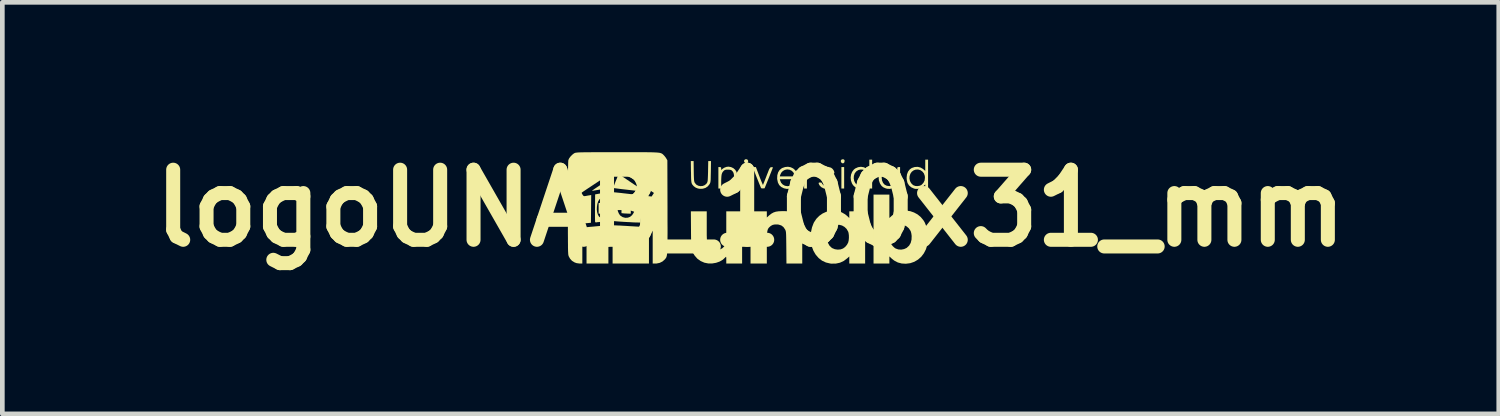
<source format=kicad_pcb>
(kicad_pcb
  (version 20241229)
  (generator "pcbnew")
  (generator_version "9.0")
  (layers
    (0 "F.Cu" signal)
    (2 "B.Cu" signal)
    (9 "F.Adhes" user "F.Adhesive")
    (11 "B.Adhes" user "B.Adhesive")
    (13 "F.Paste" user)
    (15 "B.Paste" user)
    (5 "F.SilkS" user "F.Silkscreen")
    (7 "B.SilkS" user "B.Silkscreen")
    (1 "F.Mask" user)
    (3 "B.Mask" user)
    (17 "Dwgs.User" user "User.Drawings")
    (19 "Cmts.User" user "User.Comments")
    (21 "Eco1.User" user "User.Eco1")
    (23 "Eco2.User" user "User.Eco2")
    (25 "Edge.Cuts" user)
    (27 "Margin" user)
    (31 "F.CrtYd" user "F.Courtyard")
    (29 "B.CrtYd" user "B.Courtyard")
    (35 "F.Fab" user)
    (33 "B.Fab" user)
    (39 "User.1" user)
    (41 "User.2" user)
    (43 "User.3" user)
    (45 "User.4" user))
  (footprint "logoUNAB_100x31_mm"
    (layer "F.Cu")
    (at 13.014 1.404)
    (property "Reference" "logoUNAB_100x31_mm" (at 0 0 0) (layer "F.SilkS") (effects (font (size 1.5 1.5) (thickness 0.3))))
    (attr board_only exclude_from_pos_files exclude_from_bom)
    (fp_poly (pts (xy -0.06 -0.648) (xy -0.06 -0.419) (xy -0.095 -0.419) (xy -0.13 -0.419) (xy -0.13 -0.648) (xy -0.13 -0.878) (xy -0.095 -0.878) (xy -0.06 -0.878)) (stroke (width 0) (type solid)) (fill yes) (layer "F.SilkS"))
    (fp_poly (pts (xy 2.004 -0.648) (xy 2.004 -0.419) (xy 1.975 -0.419) (xy 1.945 -0.419) (xy 1.945 -0.648) (xy 1.945 -0.878) (xy 1.975 -0.878) (xy 2.004 -0.878)) (stroke (width 0) (type solid)) (fill yes) (layer "F.SilkS"))
    (fp_poly (pts (xy -0.067 -1.039) (xy -0.052 -1.016) (xy -0.05 -1.002) (xy -0.058 -0.975) (xy -0.077 -0.96) (xy -0.102 -0.96) (xy -0.124 -0.973) (xy -0.138 -0.998) (xy -0.136 -1.023) (xy -0.119 -1.041) (xy -0.095 -1.047)) (stroke (width 0) (type solid)) (fill yes) (layer "F.SilkS"))
    (fp_poly (pts (xy 1.995 -1.042) (xy 2.011 -1.028) (xy 2.014 -1.009) (xy 2.008 -0.979) (xy 1.991 -0.961) (xy 1.969 -0.958) (xy 1.947 -0.971) (xy 1.941 -0.978) (xy 1.931 -1.005) (xy 1.938 -1.028) (xy 1.957 -1.043) (xy 1.985 -1.044)) (stroke (width 0) (type solid)) (fill yes) (layer "F.SilkS"))
    (fp_poly (pts (xy -3.142 -0.115) (xy -3.135 -0.1) (xy -3.132 -0.073) (xy -3.131 -0.03) (xy -3.131 0) (xy -3.131 0.12) (xy -3.191 0.12) (xy -3.251 0.12) (xy -3.251 0.006) (xy -3.251 -0.107) (xy -3.214 -0.113) (xy -3.18 -0.119) (xy -3.157 -0.121)) (stroke (width 0) (type solid)) (fill yes) (layer "F.SilkS"))
    (fp_poly (pts (xy -2.7 -0.13) (xy -2.659 -0.128) (xy -2.621 -0.126) (xy -2.6 -0.123) (xy -2.563 -0.117) (xy -2.563 0.001) (xy -2.563 0.12) (xy -2.625 0.118) (xy -2.666 0.116) (xy -2.705 0.114) (xy -2.725 0.112) (xy -2.762 0.108) (xy -2.762 -0.011) (xy -2.762 -0.13)) (stroke (width 0) (type solid)) (fill yes) (layer "F.SilkS"))
    (fp_poly (pts (xy -2.904 0.369) (xy -2.883 0.37) (xy -2.844 0.372) (xy -2.791 0.374) (xy -2.727 0.378) (xy -2.654 0.382) (xy -2.576 0.387) (xy -2.538 0.389) (xy -2.459 0.394) (xy -2.386 0.398) (xy -2.321 0.402) (xy -2.267 0.405) (xy -2.227 0.407) (xy -2.202 0.409) (xy -2.196 0.409) (xy -2.174 0.409) (xy -2.174 0.798) (xy -2.174 1.187) (xy -2.563 1.187) (xy -2.952 1.187) (xy -2.952 0.778) (xy -2.952 0.369)) (stroke (width 0) (type solid)) (fill yes) (layer "F.SilkS"))
    (fp_poly (pts (xy -3.042 0.778) (xy -3.042 1.187) (xy -3.276 1.187) (xy -3.51 1.187) (xy -3.51 0.798) (xy -3.51 0.712) (xy -3.51 0.633) (xy -3.51 0.562) (xy -3.509 0.502) (xy -3.509 0.455) (xy -3.509 0.424) (xy -3.508 0.409) (xy -3.508 0.409) (xy -3.498 0.408) (xy -3.47 0.405) (xy -3.429 0.401) (xy -3.377 0.397) (xy -3.317 0.391) (xy -3.296 0.389) (xy -3.232 0.383) (xy -3.174 0.378) (xy -3.125 0.374) (xy -3.088 0.371) (xy -3.067 0.369) (xy -3.064 0.369) (xy -3.042 0.369)) (stroke (width 0) (type solid)) (fill yes) (layer "F.SilkS"))
    (fp_poly (pts (xy 1.359 -0.884) (xy 1.365 -0.871) (xy 1.366 -0.854) (xy 1.365 -0.833) (xy 1.358 -0.823) (xy 1.339 -0.817) (xy 1.321 -0.815) (xy 1.284 -0.808) (xy 1.256 -0.794) (xy 1.235 -0.771) (xy 1.221 -0.737) (xy 1.212 -0.689) (xy 1.208 -0.625) (xy 1.207 -0.564) (xy 1.207 -0.419) (xy 1.177 -0.419) (xy 1.147 -0.419) (xy 1.147 -0.648) (xy 1.147 -0.878) (xy 1.177 -0.878) (xy 1.196 -0.876) (xy 1.205 -0.867) (xy 1.207 -0.844) (xy 1.207 -0.84) (xy 1.207 -0.803) (xy 1.223 -0.827) (xy 1.245 -0.847) (xy 1.279 -0.867) (xy 1.315 -0.882) (xy 1.344 -0.887)) (stroke (width 0) (type solid)) (fill yes) (layer "F.SilkS"))
    (fp_poly (pts (xy -2.561 -0.553) (xy -2.477 -0.496) (xy -2.408 -0.45) (xy -2.355 -0.413) (xy -2.316 -0.386) (xy -2.289 -0.366) (xy -2.275 -0.355) (xy -2.272 -0.35) (xy -2.274 -0.35) (xy -2.285 -0.352) (xy -2.313 -0.355) (xy -2.356 -0.36) (xy -2.412 -0.366) (xy -2.479 -0.374) (xy -2.553 -0.383) (xy -2.606 -0.389) (xy -2.684 -0.398) (xy -2.756 -0.406) (xy -2.819 -0.414) (xy -2.871 -0.421) (xy -2.91 -0.426) (xy -2.932 -0.429) (xy -2.937 -0.431) (xy -2.935 -0.441) (xy -2.926 -0.468) (xy -2.912 -0.508) (xy -2.892 -0.56) (xy -2.867 -0.621) (xy -2.84 -0.688) (xy -2.836 -0.696) (xy -2.823 -0.73)) (stroke (width 0) (type solid)) (fill yes) (layer "F.SilkS"))
    (fp_poly (pts (xy -2.948 -0.656) (xy -2.956 -0.632) (xy -2.968 -0.598) (xy -2.983 -0.559) (xy -2.998 -0.519) (xy -3.013 -0.482) (xy -3.025 -0.453) (xy -3.033 -0.435) (xy -3.034 -0.433) (xy -3.044 -0.43) (xy -3.07 -0.425) (xy -3.108 -0.418) (xy -3.154 -0.409) (xy -3.205 -0.4) (xy -3.256 -0.391) (xy -3.304 -0.383) (xy -3.345 -0.376) (xy -3.374 -0.371) (xy -3.39 -0.369) (xy -3.39 -0.369) (xy -3.389 -0.374) (xy -3.385 -0.378) (xy -3.372 -0.387) (xy -3.346 -0.406) (xy -3.31 -0.43) (xy -3.265 -0.46) (xy -3.216 -0.493) (xy -3.164 -0.527) (xy -3.112 -0.561) (xy -3.062 -0.593) (xy -3.019 -0.622) (xy -2.983 -0.644) (xy -2.958 -0.659) (xy -2.947 -0.666) (xy -2.946 -0.666)) (stroke (width 0) (type solid)) (fill yes) (layer "F.SilkS"))
    (fp_poly (pts (xy -0.418 -0.878) (xy -0.368 -0.855) (xy -0.328 -0.82) (xy -0.301 -0.777) (xy -0.3 -0.775) (xy -0.296 -0.755) (xy -0.293 -0.719) (xy -0.291 -0.671) (xy -0.289 -0.615) (xy -0.289 -0.583) (xy -0.289 -0.419) (xy -0.319 -0.419) (xy -0.349 -0.419) (xy -0.349 -0.569) (xy -0.35 -0.638) (xy -0.353 -0.691) (xy -0.358 -0.73) (xy -0.367 -0.76) (xy -0.38 -0.782) (xy -0.397 -0.801) (xy -0.399 -0.803) (xy -0.417 -0.815) (xy -0.443 -0.821) (xy -0.483 -0.823) (xy -0.485 -0.823) (xy -0.521 -0.822) (xy -0.544 -0.817) (xy -0.563 -0.807) (xy -0.579 -0.792) (xy -0.597 -0.771) (xy -0.61 -0.746) (xy -0.619 -0.715) (xy -0.624 -0.674) (xy -0.627 -0.619) (xy -0.628 -0.551) (xy -0.628 -0.419) (xy -0.658 -0.419) (xy -0.688 -0.419) (xy -0.688 -0.648) (xy -0.688 -0.878) (xy -0.658 -0.878) (xy -0.637 -0.875) (xy -0.629 -0.864) (xy -0.628 -0.846) (xy -0.628 -0.814) (xy -0.606 -0.835) (xy -0.565 -0.863) (xy -0.515 -0.882) (xy -0.472 -0.887)) (stroke (width 0) (type solid)) (fill yes) (layer "F.SilkS"))
    (fp_poly (pts (xy 0.115 -0.878) (xy 0.189 -0.682) (xy 0.211 -0.625) (xy 0.231 -0.575) (xy 0.248 -0.535) (xy 0.26 -0.507) (xy 0.266 -0.495) (xy 0.267 -0.495) (xy 0.271 -0.507) (xy 0.282 -0.534) (xy 0.298 -0.574) (xy 0.317 -0.623) (xy 0.339 -0.679) (xy 0.342 -0.688) (xy 0.367 -0.751) (xy 0.385 -0.798) (xy 0.399 -0.831) (xy 0.411 -0.852) (xy 0.42 -0.865) (xy 0.429 -0.872) (xy 0.438 -0.875) (xy 0.446 -0.876) (xy 0.468 -0.876) (xy 0.479 -0.871) (xy 0.479 -0.871) (xy 0.475 -0.859) (xy 0.465 -0.832) (xy 0.449 -0.792) (xy 0.429 -0.742) (xy 0.406 -0.683) (xy 0.39 -0.643) (xy 0.301 -0.424) (xy 0.265 -0.421) (xy 0.239 -0.421) (xy 0.226 -0.43) (xy 0.22 -0.441) (xy 0.214 -0.457) (xy 0.201 -0.488) (xy 0.183 -0.531) (xy 0.162 -0.584) (xy 0.138 -0.643) (xy 0.13 -0.663) (xy 0.107 -0.722) (xy 0.086 -0.775) (xy 0.069 -0.818) (xy 0.056 -0.85) (xy 0.05 -0.868) (xy 0.05 -0.87) (xy 0.059 -0.875) (xy 0.08 -0.878) (xy 0.082 -0.878)) (stroke (width 0) (type solid)) (fill yes) (layer "F.SilkS"))
    (fp_poly (pts (xy -1.215 -0.79) (xy -1.214 -0.718) (xy -1.212 -0.663) (xy -1.21 -0.622) (xy -1.208 -0.592) (xy -1.204 -0.571) (xy -1.199 -0.555) (xy -1.193 -0.541) (xy -1.191 -0.539) (xy -1.16 -0.502) (xy -1.118 -0.479) (xy -1.071 -0.47) (xy -1.023 -0.474) (xy -0.979 -0.492) (xy -0.943 -0.523) (xy -0.933 -0.538) (xy -0.926 -0.551) (xy -0.921 -0.567) (xy -0.917 -0.588) (xy -0.915 -0.616) (xy -0.913 -0.656) (xy -0.911 -0.71) (xy -0.909 -0.78) (xy -0.909 -0.79) (xy -0.905 -1.007) (xy -0.876 -1.007) (xy -0.846 -1.007) (xy -0.849 -0.78) (xy -0.851 -0.707) (xy -0.852 -0.651) (xy -0.853 -0.608) (xy -0.856 -0.578) (xy -0.859 -0.555) (xy -0.864 -0.539) (xy -0.87 -0.525) (xy -0.876 -0.513) (xy -0.914 -0.466) (xy -0.964 -0.432) (xy -1.024 -0.414) (xy -1.089 -0.413) (xy -1.125 -0.419) (xy -1.172 -0.437) (xy -1.215 -0.468) (xy -1.247 -0.505) (xy -1.252 -0.515) (xy -1.259 -0.53) (xy -1.264 -0.547) (xy -1.267 -0.57) (xy -1.27 -0.601) (xy -1.272 -0.643) (xy -1.273 -0.7) (xy -1.274 -0.773) (xy -1.275 -0.78) (xy -1.278 -1.007) (xy -1.248 -1.007) (xy -1.218 -1.007)) (stroke (width 0) (type solid)) (fill yes) (layer "F.SilkS"))
    (fp_poly (pts (xy 3.8 -0.728) (xy 3.8 -0.419) (xy 3.77 -0.419) (xy 3.751 -0.42) (xy 3.742 -0.428) (xy 3.74 -0.448) (xy 3.74 -0.462) (xy 3.74 -0.506) (xy 3.7 -0.468) (xy 3.648 -0.431) (xy 3.59 -0.412) (xy 3.529 -0.412) (xy 3.5 -0.418) (xy 3.438 -0.446) (xy 3.392 -0.486) (xy 3.36 -0.538) (xy 3.344 -0.604) (xy 3.342 -0.632) (xy 3.402 -0.632) (xy 3.413 -0.58) (xy 3.437 -0.534) (xy 3.474 -0.497) (xy 3.49 -0.487) (xy 3.53 -0.473) (xy 3.577 -0.471) (xy 3.623 -0.479) (xy 3.657 -0.495) (xy 3.7 -0.539) (xy 3.726 -0.591) (xy 3.733 -0.652) (xy 3.73 -0.689) (xy 3.711 -0.742) (xy 3.678 -0.783) (xy 3.636 -0.812) (xy 3.586 -0.826) (xy 3.533 -0.823) (xy 3.492 -0.808) (xy 3.45 -0.777) (xy 3.421 -0.734) (xy 3.405 -0.684) (xy 3.402 -0.632) (xy 3.342 -0.632) (xy 3.341 -0.652) (xy 3.349 -0.722) (xy 3.372 -0.782) (xy 3.409 -0.829) (xy 3.45 -0.858) (xy 3.514 -0.879) (xy 3.578 -0.883) (xy 3.639 -0.868) (xy 3.695 -0.835) (xy 3.699 -0.831) (xy 3.74 -0.796) (xy 3.74 -0.917) (xy 3.74 -1.037) (xy 3.77 -1.037) (xy 3.8 -1.037)) (stroke (width 0) (type solid)) (fill yes) (layer "F.SilkS"))
    (fp_poly (pts (xy 2.603 -0.728) (xy 2.603 -0.419) (xy 2.573 -0.419) (xy 2.554 -0.42) (xy 2.545 -0.429) (xy 2.543 -0.45) (xy 2.543 -0.46) (xy 2.543 -0.5) (xy 2.501 -0.464) (xy 2.445 -0.428) (xy 2.386 -0.411) (xy 2.325 -0.414) (xy 2.293 -0.423) (xy 2.236 -0.451) (xy 2.194 -0.491) (xy 2.17 -0.531) (xy 2.149 -0.592) (xy 2.145 -0.634) (xy 2.209 -0.634) (xy 2.22 -0.58) (xy 2.244 -0.533) (xy 2.28 -0.497) (xy 2.29 -0.491) (xy 2.339 -0.472) (xy 2.391 -0.47) (xy 2.439 -0.483) (xy 2.454 -0.491) (xy 2.498 -0.532) (xy 2.527 -0.581) (xy 2.539 -0.636) (xy 2.535 -0.691) (xy 2.513 -0.744) (xy 2.496 -0.769) (xy 2.455 -0.804) (xy 2.407 -0.823) (xy 2.357 -0.826) (xy 2.309 -0.815) (xy 2.266 -0.788) (xy 2.233 -0.748) (xy 2.23 -0.743) (xy 2.212 -0.69) (xy 2.209 -0.634) (xy 2.145 -0.634) (xy 2.143 -0.656) (xy 2.152 -0.719) (xy 2.175 -0.776) (xy 2.21 -0.823) (xy 2.241 -0.848) (xy 2.301 -0.875) (xy 2.363 -0.884) (xy 2.425 -0.874) (xy 2.482 -0.846) (xy 2.503 -0.831) (xy 2.543 -0.796) (xy 2.543 -0.917) (xy 2.543 -1.037) (xy 2.573 -1.037) (xy 2.603 -1.037)) (stroke (width 0) (type solid)) (fill yes) (layer "F.SilkS"))
    (fp_poly (pts (xy 0.861 -0.874) (xy 0.913 -0.849) (xy 0.956 -0.811) (xy 0.988 -0.762) (xy 1.005 -0.703) (xy 1.007 -0.671) (xy 1.007 -0.618) (xy 0.818 -0.618) (xy 0.628 -0.618) (xy 0.634 -0.591) (xy 0.655 -0.542) (xy 0.69 -0.504) (xy 0.736 -0.478) (xy 0.79 -0.469) (xy 0.792 -0.469) (xy 0.847 -0.477) (xy 0.89 -0.499) (xy 0.921 -0.536) (xy 0.922 -0.538) (xy 0.939 -0.56) (xy 0.96 -0.568) (xy 0.968 -0.568) (xy 0.988 -0.566) (xy 0.996 -0.556) (xy 0.99 -0.536) (xy 0.977 -0.51) (xy 0.941 -0.466) (xy 0.893 -0.433) (xy 0.836 -0.415) (xy 0.776 -0.411) (xy 0.716 -0.423) (xy 0.657 -0.452) (xy 0.614 -0.493) (xy 0.586 -0.547) (xy 0.572 -0.614) (xy 0.57 -0.63) (xy 0.572 -0.678) (xy 0.628 -0.678) (xy 0.788 -0.678) (xy 0.948 -0.678) (xy 0.941 -0.706) (xy 0.92 -0.759) (xy 0.885 -0.797) (xy 0.837 -0.821) (xy 0.785 -0.828) (xy 0.735 -0.818) (xy 0.691 -0.793) (xy 0.656 -0.755) (xy 0.635 -0.708) (xy 0.634 -0.706) (xy 0.628 -0.678) (xy 0.572 -0.678) (xy 0.573 -0.703) (xy 0.591 -0.765) (xy 0.623 -0.816) (xy 0.669 -0.853) (xy 0.676 -0.857) (xy 0.74 -0.879) (xy 0.802 -0.885)) (stroke (width 0) (type solid)) (fill yes) (layer "F.SilkS"))
    (fp_poly (pts (xy -3.054 -0.338) (xy -3.05 -0.333) (xy -3.047 -0.323) (xy -3.045 -0.304) (xy -3.044 -0.276) (xy -3.042 -0.237) (xy -3.042 -0.183) (xy -3.042 -0.113) (xy -3.042 -0.031) (xy -3.042 0.277) (xy -3.074 0.283) (xy -3.099 0.286) (xy -3.137 0.29) (xy -3.181 0.293) (xy -3.196 0.294) (xy -3.238 0.298) (xy -3.274 0.301) (xy -3.298 0.305) (xy -3.303 0.306) (xy -3.32 0.304) (xy -3.326 0.297) (xy -3.327 0.284) (xy -3.328 0.254) (xy -3.329 0.209) (xy -3.329 0.152) (xy -3.329 0.085) (xy -3.329 0.032) (xy -3.29 0.032) (xy -3.283 0.09) (xy -3.267 0.141) (xy -3.244 0.18) (xy -3.214 0.204) (xy -3.183 0.209) (xy -3.152 0.194) (xy -3.137 0.179) (xy -3.113 0.14) (xy -3.096 0.094) (xy -3.086 0.042) (xy -3.083 -0.011) (xy -3.087 -0.063) (xy -3.096 -0.112) (xy -3.11 -0.154) (xy -3.13 -0.188) (xy -3.153 -0.21) (xy -3.181 -0.217) (xy -3.209 -0.209) (xy -3.239 -0.181) (xy -3.263 -0.139) (xy -3.279 -0.087) (xy -3.288 -0.028) (xy -3.29 0.032) (xy -3.329 0.032) (xy -3.329 0.012) (xy -3.328 -0.005) (xy -3.326 -0.293) (xy -3.201 -0.316) (xy -3.152 -0.324) (xy -3.109 -0.331) (xy -3.077 -0.336) (xy -3.06 -0.338) (xy -3.059 -0.338)) (stroke (width 0) (type solid)) (fill yes) (layer "F.SilkS"))
    (fp_poly (pts (xy 3.041 -0.868) (xy 3.096 -0.835) (xy 3.101 -0.831) (xy 3.141 -0.796) (xy 3.141 -0.837) (xy 3.142 -0.863) (xy 3.149 -0.874) (xy 3.164 -0.877) (xy 3.171 -0.878) (xy 3.201 -0.878) (xy 3.201 -0.648) (xy 3.201 -0.419) (xy 3.171 -0.419) (xy 3.152 -0.42) (xy 3.144 -0.429) (xy 3.141 -0.45) (xy 3.141 -0.46) (xy 3.141 -0.5) (xy 3.1 -0.464) (xy 3.044 -0.428) (xy 2.985 -0.411) (xy 2.923 -0.414) (xy 2.888 -0.424) (xy 2.84 -0.446) (xy 2.805 -0.475) (xy 2.776 -0.518) (xy 2.77 -0.528) (xy 2.748 -0.591) (xy 2.742 -0.653) (xy 2.807 -0.653) (xy 2.815 -0.59) (xy 2.837 -0.539) (xy 2.871 -0.501) (xy 2.917 -0.478) (xy 2.972 -0.471) (xy 2.98 -0.472) (xy 3.023 -0.479) (xy 3.057 -0.494) (xy 3.059 -0.495) (xy 3.1 -0.536) (xy 3.125 -0.583) (xy 3.136 -0.634) (xy 3.134 -0.684) (xy 3.118 -0.732) (xy 3.09 -0.773) (xy 3.051 -0.805) (xy 3.001 -0.823) (xy 2.984 -0.825) (xy 2.928 -0.822) (xy 2.879 -0.802) (xy 2.842 -0.767) (xy 2.817 -0.719) (xy 2.808 -0.66) (xy 2.807 -0.653) (xy 2.742 -0.653) (xy 2.742 -0.659) (xy 2.751 -0.725) (xy 2.763 -0.758) (xy 2.786 -0.801) (xy 2.811 -0.83) (xy 2.843 -0.853) (xy 2.852 -0.858) (xy 2.915 -0.879) (xy 2.979 -0.883)) (stroke (width 0) (type solid)) (fill yes) (layer "F.SilkS"))
    (fp_poly (pts (xy -0.937 0.398) (xy -0.937 0.496) (xy -0.937 0.576) (xy -0.935 0.641) (xy -0.933 0.693) (xy -0.929 0.733) (xy -0.923 0.764) (xy -0.916 0.788) (xy -0.907 0.807) (xy -0.896 0.824) (xy -0.885 0.836) (xy -0.843 0.868) (xy -0.789 0.889) (xy -0.729 0.897) (xy -0.728 0.897) (xy -0.663 0.889) (xy -0.608 0.863) (xy -0.565 0.823) (xy -0.535 0.768) (xy -0.529 0.749) (xy -0.526 0.73) (xy -0.524 0.693) (xy -0.522 0.64) (xy -0.52 0.576) (xy -0.519 0.5) (xy -0.519 0.417) (xy -0.519 0.391) (xy -0.519 0.07) (xy -0.349 0.07) (xy -0.18 0.07) (xy -0.18 0.628) (xy -0.18 1.187) (xy -0.349 1.187) (xy -0.519 1.187) (xy -0.519 1.109) (xy -0.519 1.071) (xy -0.521 1.05) (xy -0.524 1.042) (xy -0.53 1.046) (xy -0.537 1.053) (xy -0.592 1.104) (xy -0.66 1.144) (xy -0.737 1.171) (xy -0.82 1.185) (xy -0.904 1.185) (xy -0.985 1.169) (xy -0.991 1.167) (xy -1.07 1.132) (xy -1.139 1.082) (xy -1.194 1.019) (xy -1.197 1.015) (xy -1.214 0.988) (xy -1.229 0.964) (xy -1.241 0.941) (xy -1.25 0.915) (xy -1.257 0.886) (xy -1.263 0.851) (xy -1.267 0.808) (xy -1.27 0.754) (xy -1.272 0.688) (xy -1.273 0.607) (xy -1.274 0.509) (xy -1.274 0.461) (xy -1.277 0.07) (xy -1.107 0.07) (xy -0.937 0.07)) (stroke (width 0) (type solid)) (fill yes) (layer "F.SilkS"))
    (fp_poly (pts (xy 0.735 0.065) (xy 0.772 0.067) (xy 0.799 0.07) (xy 0.823 0.077) (xy 0.848 0.087) (xy 0.869 0.097) (xy 0.941 0.144) (xy 1.002 0.205) (xy 1.051 0.279) (xy 1.084 0.363) (xy 1.096 0.419) (xy 1.099 0.444) (xy 1.101 0.487) (xy 1.103 0.544) (xy 1.105 0.612) (xy 1.106 0.689) (xy 1.107 0.772) (xy 1.107 0.835) (xy 1.107 1.187) (xy 0.938 1.187) (xy 0.769 1.187) (xy 0.766 0.845) (xy 0.765 0.754) (xy 0.764 0.68) (xy 0.763 0.621) (xy 0.762 0.576) (xy 0.76 0.541) (xy 0.758 0.516) (xy 0.755 0.497) (xy 0.751 0.482) (xy 0.745 0.468) (xy 0.739 0.456) (xy 0.704 0.405) (xy 0.658 0.371) (xy 0.6 0.353) (xy 0.583 0.351) (xy 0.523 0.35) (xy 0.476 0.359) (xy 0.437 0.38) (xy 0.422 0.392) (xy 0.404 0.408) (xy 0.389 0.424) (xy 0.377 0.441) (xy 0.368 0.462) (xy 0.361 0.489) (xy 0.356 0.523) (xy 0.353 0.567) (xy 0.351 0.623) (xy 0.35 0.694) (xy 0.349 0.781) (xy 0.349 0.845) (xy 0.349 1.187) (xy 0.175 1.187) (xy 0 1.187) (xy 0 0.628) (xy 0 0.07) (xy 0.175 0.07) (xy 0.349 0.07) (xy 0.349 0.136) (xy 0.349 0.201) (xy 0.399 0.156) (xy 0.445 0.12) (xy 0.491 0.094) (xy 0.542 0.077) (xy 0.603 0.068) (xy 0.679 0.065) (xy 0.683 0.065)) (stroke (width 0) (type solid)) (fill yes) (layer "F.SilkS"))
    (fp_poly (pts (xy -2.934 -0.339) (xy -2.917 -0.338) (xy -2.883 -0.335) (xy -2.836 -0.33) (xy -2.777 -0.324) (xy -2.71 -0.316) (xy -2.648 -0.309) (xy -2.578 -0.301) (xy -2.514 -0.294) (xy -2.459 -0.288) (xy -2.416 -0.283) (xy -2.387 -0.28) (xy -2.376 -0.279) (xy -2.372 -0.275) (xy -2.369 -0.261) (xy -2.367 -0.236) (xy -2.365 -0.197) (xy -2.364 -0.144) (xy -2.364 -0.074) (xy -2.363 0.014) (xy -2.363 0.015) (xy -2.363 0.309) (xy -2.441 0.308) (xy -2.475 0.307) (xy -2.524 0.305) (xy -2.584 0.301) (xy -2.651 0.298) (xy -2.721 0.294) (xy -2.732 0.293) (xy -2.795 0.289) (xy -2.85 0.285) (xy -2.896 0.281) (xy -2.929 0.279) (xy -2.946 0.277) (xy -2.947 0.277) (xy -2.948 0.267) (xy -2.949 0.239) (xy -2.95 0.196) (xy -2.952 0.141) (xy -2.953 0.075) (xy -2.955 0.002) (xy -2.955 -0.022) (xy -2.85 -0.022) (xy -2.849 0.015) (xy -2.839 0.067) (xy -2.819 0.115) (xy -2.794 0.153) (xy -2.786 0.161) (xy -2.737 0.193) (xy -2.682 0.208) (xy -2.626 0.205) (xy -2.578 0.187) (xy -2.535 0.151) (xy -2.502 0.102) (xy -2.481 0.045) (xy -2.475 -0.017) (xy -2.484 -0.077) (xy -2.502 -0.119) (xy -2.532 -0.16) (xy -2.568 -0.195) (xy -2.606 -0.218) (xy -2.625 -0.225) (xy -2.682 -0.226) (xy -2.734 -0.21) (xy -2.779 -0.179) (xy -2.815 -0.136) (xy -2.84 -0.083) (xy -2.85 -0.022) (xy -2.955 -0.022) (xy -2.955 -0.032) (xy -2.962 -0.339)) (stroke (width 0) (type solid)) (fill yes) (layer "F.SilkS"))
    (fp_poly (pts (xy 1.87 0.064) (xy 1.95 0.09) (xy 2.025 0.133) (xy 2.064 0.165) (xy 2.114 0.212) (xy 2.114 0.141) (xy 2.114 0.07) (xy 2.284 0.07) (xy 2.453 0.07) (xy 2.453 0.628) (xy 2.453 1.187) (xy 2.284 1.187) (xy 2.114 1.187) (xy 2.114 1.111) (xy 2.114 1.035) (xy 2.071 1.074) (xy 1.996 1.131) (xy 1.914 1.169) (xy 1.826 1.188) (xy 1.731 1.189) (xy 1.705 1.186) (xy 1.613 1.164) (xy 1.53 1.125) (xy 1.457 1.068) (xy 1.394 0.995) (xy 1.347 0.915) (xy 1.312 0.824) (xy 1.292 0.724) (xy 1.286 0.619) (xy 1.288 0.596) (xy 1.638 0.596) (xy 1.64 0.676) (xy 1.658 0.746) (xy 1.69 0.804) (xy 1.737 0.849) (xy 1.749 0.857) (xy 1.804 0.88) (xy 1.866 0.889) (xy 1.928 0.884) (xy 1.98 0.865) (xy 2.025 0.832) (xy 2.064 0.786) (xy 2.09 0.738) (xy 2.101 0.692) (xy 2.106 0.637) (xy 2.105 0.581) (xy 2.098 0.53) (xy 2.09 0.504) (xy 2.057 0.447) (xy 2.012 0.403) (xy 1.959 0.373) (xy 1.901 0.358) (xy 1.841 0.357) (xy 1.783 0.371) (xy 1.729 0.402) (xy 1.704 0.425) (xy 1.67 0.471) (xy 1.649 0.523) (xy 1.638 0.586) (xy 1.638 0.596) (xy 1.288 0.596) (xy 1.294 0.514) (xy 1.316 0.412) (xy 1.351 0.32) (xy 1.358 0.306) (xy 1.409 0.229) (xy 1.471 0.166) (xy 1.542 0.116) (xy 1.62 0.08) (xy 1.703 0.059) (xy 1.787 0.054)) (stroke (width 0) (type solid)) (fill yes) (layer "F.SilkS"))
    (fp_poly (pts (xy 2.972 -0.039) (xy 2.972 0.212) (xy 3.022 0.165) (xy 3.092 0.113) (xy 3.169 0.077) (xy 3.251 0.058) (xy 3.335 0.054) (xy 3.419 0.066) (xy 3.499 0.094) (xy 3.575 0.135) (xy 3.643 0.191) (xy 3.7 0.26) (xy 3.728 0.306) (xy 3.765 0.395) (xy 3.789 0.495) (xy 3.799 0.601) (xy 3.796 0.708) (xy 3.784 0.783) (xy 3.755 0.881) (xy 3.71 0.968) (xy 3.653 1.043) (xy 3.584 1.103) (xy 3.506 1.149) (xy 3.419 1.179) (xy 3.326 1.191) (xy 3.237 1.186) (xy 3.153 1.164) (xy 3.075 1.123) (xy 3.022 1.081) (xy 2.972 1.034) (xy 2.972 1.111) (xy 2.972 1.187) (xy 2.802 1.187) (xy 2.633 1.187) (xy 2.633 0.618) (xy 2.977 0.618) (xy 2.979 0.661) (xy 2.984 0.702) (xy 2.991 0.732) (xy 2.991 0.732) (xy 3.012 0.772) (xy 3.044 0.814) (xy 3.082 0.849) (xy 3.106 0.865) (xy 3.163 0.885) (xy 3.226 0.889) (xy 3.288 0.877) (xy 3.344 0.851) (xy 3.344 0.85) (xy 3.394 0.804) (xy 3.428 0.746) (xy 3.446 0.676) (xy 3.449 0.595) (xy 3.448 0.59) (xy 3.443 0.55) (xy 3.434 0.511) (xy 3.426 0.489) (xy 3.388 0.432) (xy 3.34 0.391) (xy 3.286 0.365) (xy 3.228 0.354) (xy 3.169 0.357) (xy 3.113 0.376) (xy 3.062 0.41) (xy 3.02 0.459) (xy 3.005 0.486) (xy 2.989 0.523) (xy 2.981 0.557) (xy 2.977 0.597) (xy 2.977 0.618) (xy 2.633 0.618) (xy 2.633 0.449) (xy 2.633 -0.289) (xy 2.802 -0.289) (xy 2.972 -0.289)) (stroke (width 0) (type solid)) (fill yes) (layer "F.SilkS"))
    (fp_poly (pts (xy 1.662 -0.882) (xy 1.713 -0.868) (xy 1.727 -0.862) (xy 1.756 -0.839) (xy 1.78 -0.807) (xy 1.793 -0.773) (xy 1.795 -0.76) (xy 1.791 -0.744) (xy 1.776 -0.738) (xy 1.765 -0.738) (xy 1.742 -0.742) (xy 1.735 -0.754) (xy 1.729 -0.77) (xy 1.712 -0.792) (xy 1.706 -0.799) (xy 1.674 -0.82) (xy 1.638 -0.828) (xy 1.601 -0.825) (xy 1.569 -0.812) (xy 1.545 -0.79) (xy 1.536 -0.76) (xy 1.536 -0.758) (xy 1.542 -0.732) (xy 1.562 -0.71) (xy 1.598 -0.689) (xy 1.652 -0.67) (xy 1.658 -0.668) (xy 1.714 -0.649) (xy 1.753 -0.628) (xy 1.78 -0.605) (xy 1.795 -0.578) (xy 1.801 -0.54) (xy 1.794 -0.499) (xy 1.774 -0.463) (xy 1.766 -0.454) (xy 1.734 -0.434) (xy 1.691 -0.418) (xy 1.647 -0.41) (xy 1.635 -0.41) (xy 1.602 -0.413) (xy 1.566 -0.422) (xy 1.563 -0.423) (xy 1.513 -0.449) (xy 1.478 -0.486) (xy 1.47 -0.501) (xy 1.458 -0.528) (xy 1.46 -0.542) (xy 1.477 -0.548) (xy 1.491 -0.548) (xy 1.517 -0.545) (xy 1.526 -0.534) (xy 1.533 -0.519) (xy 1.551 -0.5) (xy 1.556 -0.495) (xy 1.591 -0.475) (xy 1.629 -0.468) (xy 1.667 -0.471) (xy 1.701 -0.484) (xy 1.725 -0.506) (xy 1.735 -0.535) (xy 1.735 -0.538) (xy 1.732 -0.559) (xy 1.72 -0.577) (xy 1.696 -0.593) (xy 1.657 -0.609) (xy 1.614 -0.623) (xy 1.551 -0.646) (xy 1.507 -0.671) (xy 1.48 -0.702) (xy 1.468 -0.738) (xy 1.47 -0.782) (xy 1.47 -0.782) (xy 1.487 -0.821) (xy 1.518 -0.851) (xy 1.56 -0.872) (xy 1.61 -0.883)) (stroke (width 0) (type solid)) (fill yes) (layer "F.SilkS"))
    (fp_poly (pts (xy -2.434 -1.196) (xy -2.331 -1.196) (xy -2.242 -1.196) (xy -2.167 -1.195) (xy -2.104 -1.194) (xy -2.053 -1.192) (xy -2.011 -1.19) (xy -1.977 -1.187) (xy -1.951 -1.184) (xy -1.93 -1.179) (xy -1.914 -1.174) (xy -1.901 -1.168) (xy -1.89 -1.162) (xy -1.88 -1.154) (xy -1.87 -1.145) (xy -1.866 -1.141) (xy -1.842 -1.116) (xy -1.817 -1.084) (xy -1.807 -1.069) (xy -1.78 -1.022) (xy -1.777 -0.031) (xy -1.777 0.137) (xy -1.777 0.286) (xy -1.776 0.418) (xy -1.776 0.533) (xy -1.777 0.633) (xy -1.777 0.719) (xy -1.778 0.793) (xy -1.779 0.854) (xy -1.781 0.906) (xy -1.784 0.948) (xy -1.787 0.982) (xy -1.79 1.009) (xy -1.795 1.03) (xy -1.8 1.047) (xy -1.806 1.061) (xy -1.813 1.072) (xy -1.822 1.083) (xy -1.831 1.094) (xy -1.835 1.099) (xy -1.883 1.142) (xy -1.943 1.172) (xy -2.01 1.186) (xy -2.031 1.187) (xy -2.094 1.187) (xy -2.094 0.759) (xy -2.094 0.331) (xy -2.184 0.324) (xy -2.274 0.317) (xy -2.274 0.024) (xy -2.274 -0.27) (xy -2.251 -0.265) (xy -2.229 -0.261) (xy -2.195 -0.257) (xy -2.173 -0.254) (xy -2.117 -0.248) (xy -2.092 -0.286) (xy -2.067 -0.324) (xy -2.445 -0.578) (xy -2.523 -0.631) (xy -2.596 -0.679) (xy -2.662 -0.724) (xy -2.721 -0.762) (xy -2.769 -0.794) (xy -2.806 -0.817) (xy -2.829 -0.832) (xy -2.837 -0.836) (xy -2.847 -0.831) (xy -2.871 -0.816) (xy -2.908 -0.793) (xy -2.956 -0.763) (xy -3.012 -0.727) (xy -3.075 -0.687) (xy -3.142 -0.644) (xy -3.211 -0.599) (xy -3.281 -0.553) (xy -3.349 -0.508) (xy -3.414 -0.465) (xy -3.473 -0.426) (xy -3.524 -0.392) (xy -3.566 -0.364) (xy -3.596 -0.343) (xy -3.612 -0.331) (xy -3.612 -0.33) (xy -3.612 -0.319) (xy -3.602 -0.298) (xy -3.595 -0.288) (xy -3.58 -0.266) (xy -3.566 -0.257) (xy -3.547 -0.256) (xy -3.523 -0.26) (xy -3.487 -0.267) (xy -3.452 -0.273) (xy -3.443 -0.274) (xy -3.41 -0.28) (xy -3.413 0.017) (xy -3.416 0.314) (xy -3.508 0.323) (xy -3.6 0.331) (xy -3.6 0.759) (xy -3.6 1.187) (xy -3.657 1.187) (xy -3.723 1.178) (xy -3.765 1.163) (xy -3.822 1.128) (xy -3.864 1.081) (xy -3.888 1.037) (xy -3.892 1.029) (xy -3.895 1.021) (xy -3.897 1.011) (xy -3.9 0.998) (xy -3.902 0.98) (xy -3.903 0.957) (xy -3.905 0.928) (xy -3.906 0.89) (xy -3.907 0.844) (xy -3.907 0.787) (xy -3.908 0.719) (xy -3.908 0.638) (xy -3.909 0.543) (xy -3.909 0.433) (xy -3.909 0.306) (xy -3.909 0.162) (xy -3.909 0) (xy -3.909 -0.179) (xy -3.909 -0.342) (xy -3.908 -0.489) (xy -3.907 -0.62) (xy -3.907 -0.733) (xy -3.906 -0.829) (xy -3.904 -0.906) (xy -3.903 -0.965) (xy -3.901 -1.006) (xy -3.899 -1.027) (xy -3.899 -1.028) (xy -3.882 -1.065) (xy -3.853 -1.104) (xy -3.817 -1.141) (xy -3.78 -1.17) (xy -3.765 -1.178) (xy -3.757 -1.181) (xy -3.748 -1.184) (xy -3.735 -1.186) (xy -3.719 -1.188) (xy -3.697 -1.19) (xy -3.669 -1.192) (xy -3.632 -1.193) (xy -3.586 -1.194) (xy -3.53 -1.195) (xy -3.461 -1.195) (xy -3.38 -1.196) (xy -3.284 -1.196) (xy -3.173 -1.196) (xy -3.044 -1.196) (xy -2.898 -1.196) (xy -2.846 -1.196) (xy -2.69 -1.197) (xy -2.554 -1.197)) (stroke (width 0) (type solid)) (fill yes) (layer "F.SilkS")))
  (gr_rect
    (start -3 -3)
    (end 29.029 5.808)
    (stroke (width 0.1) (type default))
    (fill no)
    (layer "Edge.Cuts")))
</source>
